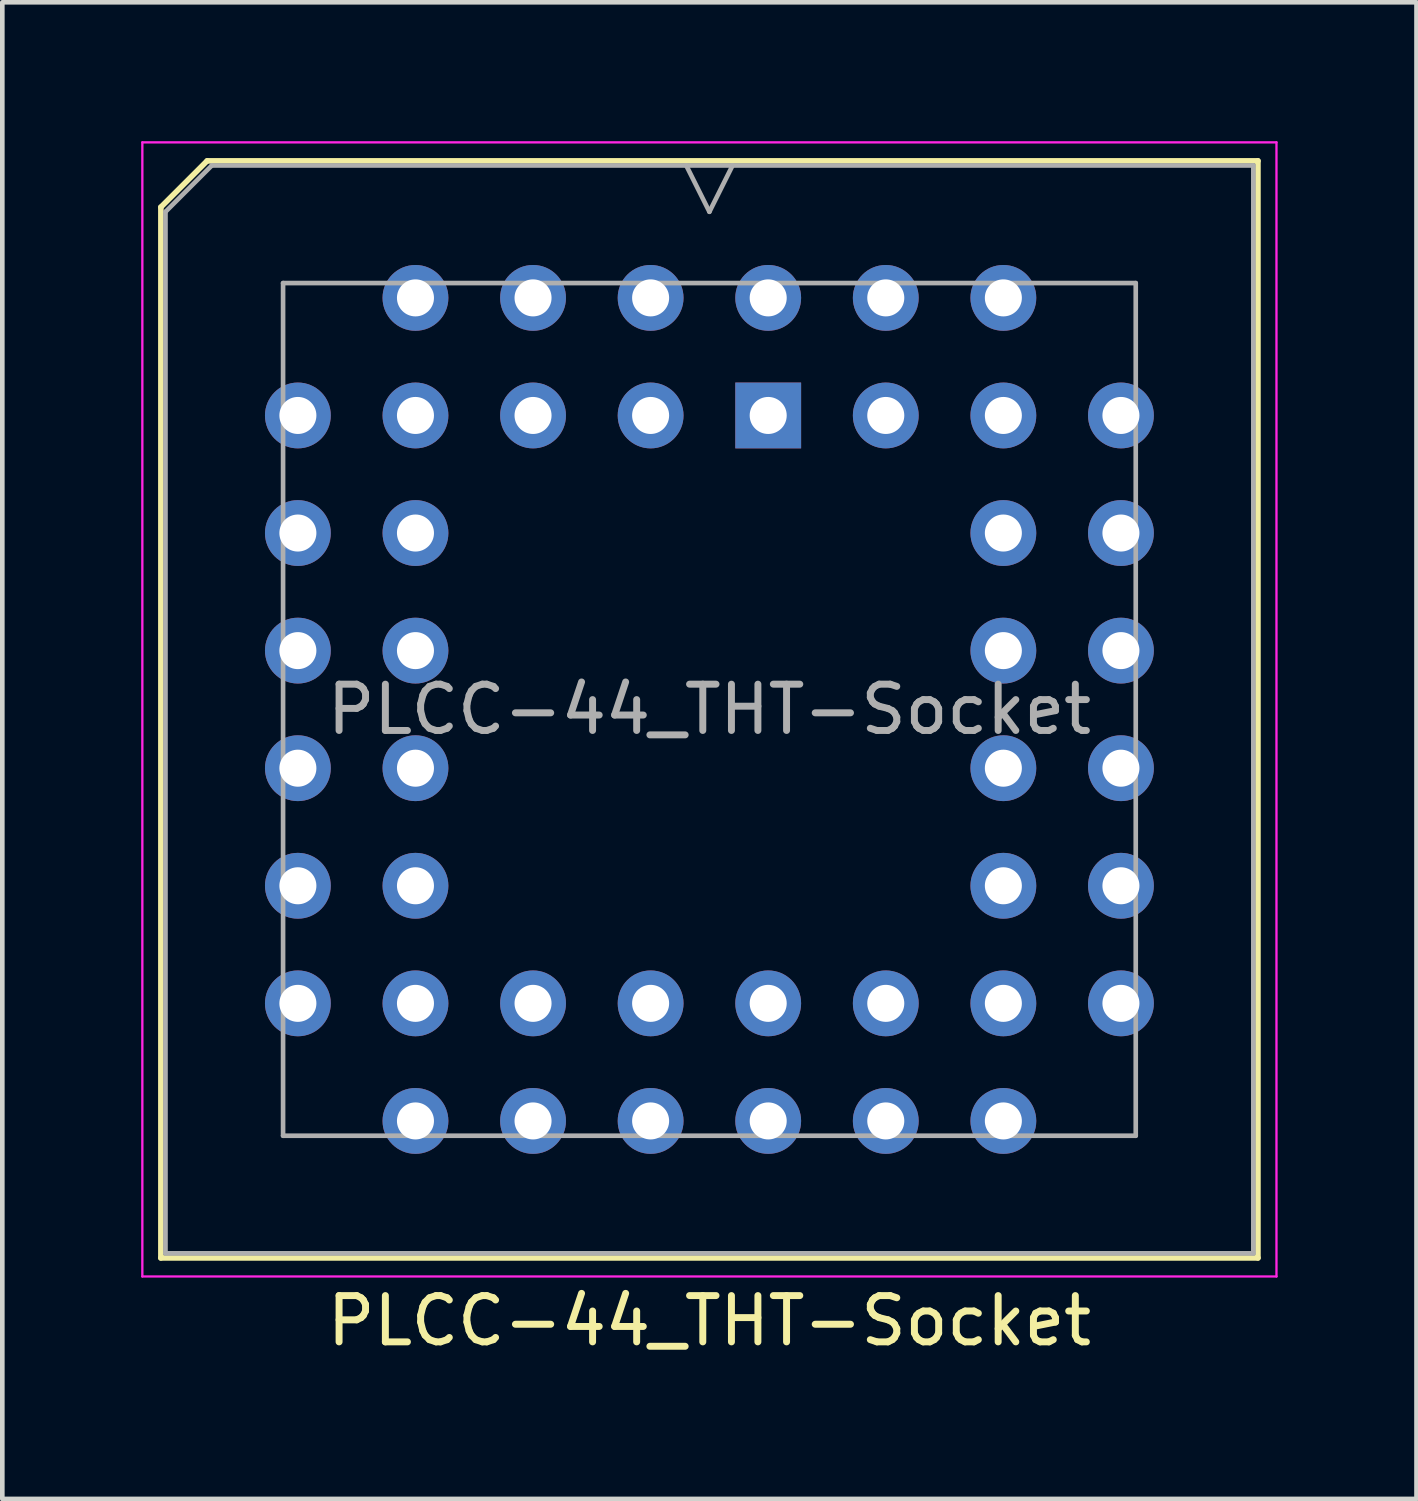
<source format=kicad_pcb>
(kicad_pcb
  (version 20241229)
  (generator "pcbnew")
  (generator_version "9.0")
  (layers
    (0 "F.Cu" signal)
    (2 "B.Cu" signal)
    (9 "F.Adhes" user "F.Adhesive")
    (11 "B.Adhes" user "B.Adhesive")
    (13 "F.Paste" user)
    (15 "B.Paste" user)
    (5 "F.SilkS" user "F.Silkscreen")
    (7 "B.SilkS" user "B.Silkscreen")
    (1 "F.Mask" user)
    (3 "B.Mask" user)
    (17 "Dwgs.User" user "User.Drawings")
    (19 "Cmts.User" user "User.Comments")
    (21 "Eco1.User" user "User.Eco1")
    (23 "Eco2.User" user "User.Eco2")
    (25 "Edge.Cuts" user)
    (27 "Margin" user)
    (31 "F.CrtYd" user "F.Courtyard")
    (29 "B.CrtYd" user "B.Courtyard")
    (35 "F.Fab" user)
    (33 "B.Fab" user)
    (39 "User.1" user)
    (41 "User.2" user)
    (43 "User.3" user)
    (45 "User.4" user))
  (footprint "PLCC-44_THT-Socket"
    (layer "F.Cu")
    (at 13.545 5.925)
    (property "Reference" "PLCC-44_THT-Socket" (at -1.27 19.558 0) (layer "F.SilkS") (effects (font (size 1 1) (thickness 0.15))))
    (attr through_hole)
    (fp_line (start -13.12 -4.5) (end -13.12 18.2) (stroke (width 0.12) (type solid)) (layer "F.SilkS"))
    (fp_line (start -13.12 18.2) (end 10.58 18.2) (stroke (width 0.12) (type solid)) (layer "F.SilkS"))
    (fp_line (start -12.12 -5.5) (end -13.12 -4.5) (stroke (width 0.12) (type solid)) (layer "F.SilkS"))
    (fp_line (start 10.58 -5.5) (end -12.12 -5.5) (stroke (width 0.12) (type solid)) (layer "F.SilkS"))
    (fp_line (start 10.58 18.2) (end 10.58 -5.5) (stroke (width 0.12) (type solid)) (layer "F.SilkS"))
    (fp_line (start -13.52 -5.9) (end -13.52 18.6) (stroke (width 0.05) (type solid)) (layer "F.CrtYd"))
    (fp_line (start -13.52 18.6) (end 10.98 18.6) (stroke (width 0.05) (type solid)) (layer "F.CrtYd"))
    (fp_line (start 10.98 -5.9) (end -13.52 -5.9) (stroke (width 0.05) (type solid)) (layer "F.CrtYd"))
    (fp_line (start 10.98 18.6) (end 10.98 -5.9) (stroke (width 0.05) (type solid)) (layer "F.CrtYd"))
    (fp_line (start -13.02 -4.4) (end -13.02 18.1) (stroke (width 0.1) (type solid)) (layer "F.Fab"))
    (fp_line (start -13.02 18.1) (end 10.48 18.1) (stroke (width 0.1) (type solid)) (layer "F.Fab"))
    (fp_line (start -12.02 -5.4) (end -13.02 -4.4) (stroke (width 0.1) (type solid)) (layer "F.Fab"))
    (fp_line (start -10.48 -2.86) (end -10.48 15.56) (stroke (width 0.1) (type solid)) (layer "F.Fab"))
    (fp_line (start -10.48 15.56) (end 7.94 15.56) (stroke (width 0.1) (type solid)) (layer "F.Fab"))
    (fp_line (start -1.77 -5.4) (end -1.27 -4.4) (stroke (width 0.1) (type solid)) (layer "F.Fab"))
    (fp_line (start -1.27 -4.4) (end -0.77 -5.4) (stroke (width 0.1) (type solid)) (layer "F.Fab"))
    (fp_line (start 7.94 -2.86) (end -10.48 -2.86) (stroke (width 0.1) (type solid)) (layer "F.Fab"))
    (fp_line (start 7.94 15.56) (end 7.94 -2.86) (stroke (width 0.1) (type solid)) (layer "F.Fab"))
    (fp_line (start 10.48 -5.4) (end -12.02 -5.4) (stroke (width 0.1) (type solid)) (layer "F.Fab"))
    (fp_line (start 10.48 18.1) (end 10.48 -5.4) (stroke (width 0.1) (type solid)) (layer "F.Fab"))
    (fp_text user "${REFERENCE}" (at -1.27 6.35 0) (layer "F.Fab") (effects (font (size 1 1) (thickness 0.15))))
    (pad "1" thru_hole rect (at 0 0) (size 1.422 1.422) (drill 0.8) (layers "*.Cu" "*.Mask"))
    (pad "2" thru_hole circle (at -2.54 -2.54) (size 1.422 1.422) (drill 0.8) (layers "*.Cu" "*.Mask"))
    (pad "3" thru_hole circle (at -2.54 0) (size 1.422 1.422) (drill 0.8) (layers "*.Cu" "*.Mask"))
    (pad "4" thru_hole circle (at -5.08 -2.54) (size 1.422 1.422) (drill 0.8) (layers "*.Cu" "*.Mask"))
    (pad "5" thru_hole circle (at -5.08 0) (size 1.422 1.422) (drill 0.8) (layers "*.Cu" "*.Mask"))
    (pad "6" thru_hole circle (at -7.62 -2.54) (size 1.422 1.422) (drill 0.8) (layers "*.Cu" "*.Mask"))
    (pad "7" thru_hole circle (at -10.16 0) (size 1.422 1.422) (drill 0.8) (layers "*.Cu" "*.Mask"))
    (pad "8" thru_hole circle (at -7.62 0) (size 1.422 1.422) (drill 0.8) (layers "*.Cu" "*.Mask"))
    (pad "9" thru_hole circle (at -10.16 2.54) (size 1.422 1.422) (drill 0.8) (layers "*.Cu" "*.Mask"))
    (pad "10" thru_hole circle (at -7.62 2.54) (size 1.422 1.422) (drill 0.8) (layers "*.Cu" "*.Mask"))
    (pad "11" thru_hole circle (at -10.16 5.08) (size 1.422 1.422) (drill 0.8) (layers "*.Cu" "*.Mask"))
    (pad "12" thru_hole circle (at -7.62 5.08) (size 1.422 1.422) (drill 0.8) (layers "*.Cu" "*.Mask"))
    (pad "13" thru_hole circle (at -10.16 7.62) (size 1.422 1.422) (drill 0.8) (layers "*.Cu" "*.Mask"))
    (pad "14" thru_hole circle (at -7.62 7.62) (size 1.422 1.422) (drill 0.8) (layers "*.Cu" "*.Mask"))
    (pad "15" thru_hole circle (at -10.16 10.16) (size 1.422 1.422) (drill 0.8) (layers "*.Cu" "*.Mask"))
    (pad "16" thru_hole circle (at -7.62 10.16) (size 1.422 1.422) (drill 0.8) (layers "*.Cu" "*.Mask"))
    (pad "17" thru_hole circle (at -10.16 12.7) (size 1.422 1.422) (drill 0.8) (layers "*.Cu" "*.Mask"))
    (pad "18" thru_hole circle (at -7.62 15.24) (size 1.422 1.422) (drill 0.8) (layers "*.Cu" "*.Mask"))
    (pad "19" thru_hole circle (at -7.62 12.7) (size 1.422 1.422) (drill 0.8) (layers "*.Cu" "*.Mask"))
    (pad "20" thru_hole circle (at -5.08 15.24) (size 1.422 1.422) (drill 0.8) (layers "*.Cu" "*.Mask"))
    (pad "21" thru_hole circle (at -5.08 12.7) (size 1.422 1.422) (drill 0.8) (layers "*.Cu" "*.Mask"))
    (pad "22" thru_hole circle (at -2.54 15.24) (size 1.422 1.422) (drill 0.8) (layers "*.Cu" "*.Mask"))
    (pad "23" thru_hole circle (at -2.54 12.7) (size 1.422 1.422) (drill 0.8) (layers "*.Cu" "*.Mask"))
    (pad "24" thru_hole circle (at 0 15.24) (size 1.422 1.422) (drill 0.8) (layers "*.Cu" "*.Mask"))
    (pad "25" thru_hole circle (at 0 12.7) (size 1.422 1.422) (drill 0.8) (layers "*.Cu" "*.Mask"))
    (pad "26" thru_hole circle (at 2.54 15.24) (size 1.422 1.422) (drill 0.8) (layers "*.Cu" "*.Mask"))
    (pad "27" thru_hole circle (at 2.54 12.7) (size 1.422 1.422) (drill 0.8) (layers "*.Cu" "*.Mask"))
    (pad "28" thru_hole circle (at 5.08 15.24) (size 1.422 1.422) (drill 0.8) (layers "*.Cu" "*.Mask"))
    (pad "29" thru_hole circle (at 7.62 12.7) (size 1.422 1.422) (drill 0.8) (layers "*.Cu" "*.Mask"))
    (pad "30" thru_hole circle (at 5.08 12.7) (size 1.422 1.422) (drill 0.8) (layers "*.Cu" "*.Mask"))
    (pad "31" thru_hole circle (at 7.62 10.16) (size 1.422 1.422) (drill 0.8) (layers "*.Cu" "*.Mask"))
    (pad "32" thru_hole circle (at 5.08 10.16) (size 1.422 1.422) (drill 0.8) (layers "*.Cu" "*.Mask"))
    (pad "33" thru_hole circle (at 7.62 7.62) (size 1.422 1.422) (drill 0.8) (layers "*.Cu" "*.Mask"))
    (pad "34" thru_hole circle (at 5.08 7.62) (size 1.422 1.422) (drill 0.8) (layers "*.Cu" "*.Mask"))
    (pad "35" thru_hole circle (at 7.62 5.08) (size 1.422 1.422) (drill 0.8) (layers "*.Cu" "*.Mask"))
    (pad "36" thru_hole circle (at 5.08 5.08) (size 1.422 1.422) (drill 0.8) (layers "*.Cu" "*.Mask"))
    (pad "37" thru_hole circle (at 7.62 2.54) (size 1.422 1.422) (drill 0.8) (layers "*.Cu" "*.Mask"))
    (pad "38" thru_hole circle (at 5.08 2.54) (size 1.422 1.422) (drill 0.8) (layers "*.Cu" "*.Mask"))
    (pad "39" thru_hole circle (at 7.62 0) (size 1.422 1.422) (drill 0.8) (layers "*.Cu" "*.Mask"))
    (pad "40" thru_hole circle (at 5.08 -2.54) (size 1.422 1.422) (drill 0.8) (layers "*.Cu" "*.Mask"))
    (pad "41" thru_hole circle (at 5.08 0) (size 1.422 1.422) (drill 0.8) (layers "*.Cu" "*.Mask"))
    (pad "42" thru_hole circle (at 2.54 -2.54) (size 1.422 1.422) (drill 0.8) (layers "*.Cu" "*.Mask"))
    (pad "43" thru_hole circle (at 2.54 0) (size 1.422 1.422) (drill 0.8) (layers "*.Cu" "*.Mask"))
    (pad "44" thru_hole circle (at 0 -2.54) (size 1.422 1.422) (drill 0.8) (layers "*.Cu" "*.Mask")))
  (gr_rect
    (start -3 -3)
    (end 27.55 29.331)
    (stroke (width 0.1) (type default))
    (fill no)
    (layer "Edge.Cuts")))
</source>
